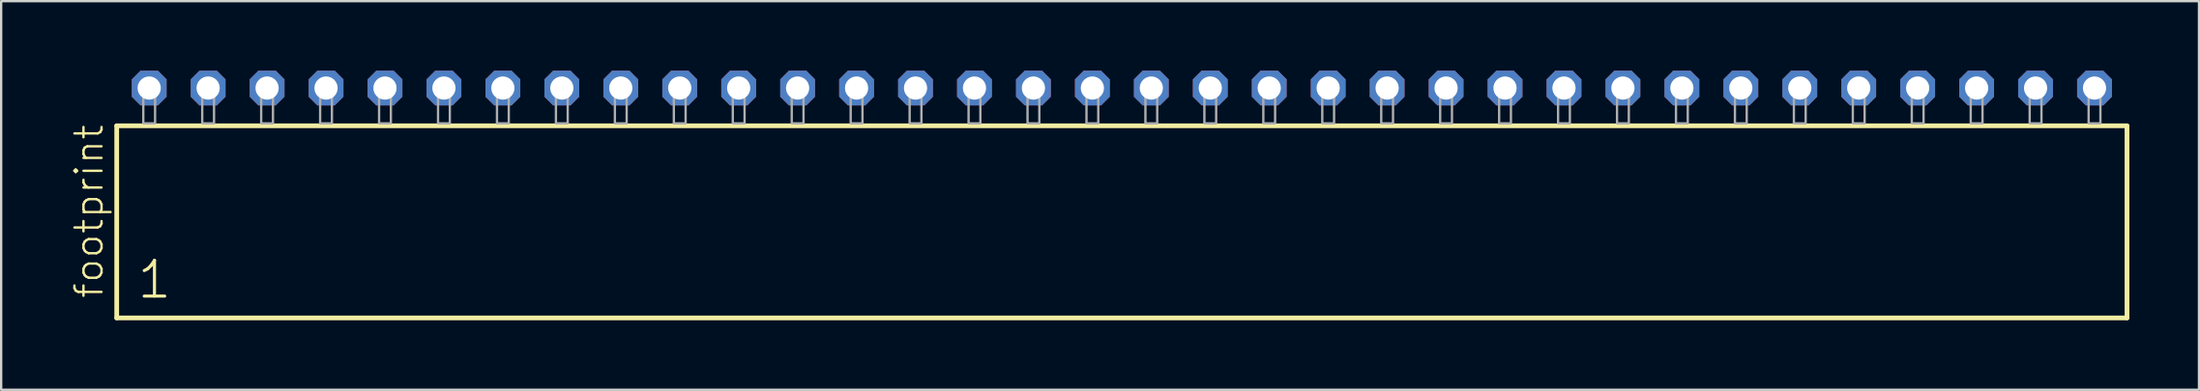
<source format=kicad_pcb>
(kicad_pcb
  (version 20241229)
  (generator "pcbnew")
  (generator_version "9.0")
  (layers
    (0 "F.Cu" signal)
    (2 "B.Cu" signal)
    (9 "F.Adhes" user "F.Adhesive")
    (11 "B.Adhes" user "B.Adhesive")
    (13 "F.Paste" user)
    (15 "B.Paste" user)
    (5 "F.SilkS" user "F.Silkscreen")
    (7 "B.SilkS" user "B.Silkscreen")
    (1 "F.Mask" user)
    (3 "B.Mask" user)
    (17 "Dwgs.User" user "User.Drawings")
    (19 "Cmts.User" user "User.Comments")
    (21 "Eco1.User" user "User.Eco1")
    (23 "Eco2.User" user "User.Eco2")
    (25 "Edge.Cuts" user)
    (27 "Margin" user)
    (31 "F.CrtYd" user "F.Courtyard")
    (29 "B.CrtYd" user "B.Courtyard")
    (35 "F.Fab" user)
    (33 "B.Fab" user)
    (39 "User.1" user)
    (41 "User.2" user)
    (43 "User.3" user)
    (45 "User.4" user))
  (footprint "footprint"
    (layer "F.Cu")
    (at 45.288 2.274)
    (property "Reference" "footprint" (at -43.815 7.62 90) (layer "F.SilkS") (effects (font (size 1.168 1.168) (thickness 0.102)) (justify left bottom)))
    (fp_line (start -43.309 0.106) (end -43.309 8.396) (stroke (width 0.203) (type solid)) (layer "F.SilkS"))
    (fp_line (start -43.309 8.396) (end 43.309 8.396) (stroke (width 0.203) (type solid)) (layer "F.SilkS"))
    (fp_line (start 43.309 0.106) (end -43.309 0.106) (stroke (width 0.203) (type solid)) (layer "F.SilkS"))
    (fp_line (start 43.309 8.396) (end 43.309 0.106) (stroke (width 0.203) (type solid)) (layer "F.SilkS"))
    (fp_poly (pts (xy -42.164 0) (xy -41.656 0) (xy -41.656 -1.778) (xy -42.164 -1.778)) (stroke (width 0.1) (type solid)) (fill no) (layer "F.Fab"))
    (fp_poly (pts (xy -39.624 0) (xy -39.116 0) (xy -39.116 -1.778) (xy -39.624 -1.778)) (stroke (width 0.1) (type solid)) (fill no) (layer "F.Fab"))
    (fp_poly (pts (xy -37.084 0) (xy -36.576 0) (xy -36.576 -1.778) (xy -37.084 -1.778)) (stroke (width 0.1) (type solid)) (fill no) (layer "F.Fab"))
    (fp_poly (pts (xy -34.544 0) (xy -34.036 0) (xy -34.036 -1.778) (xy -34.544 -1.778)) (stroke (width 0.1) (type solid)) (fill no) (layer "F.Fab"))
    (fp_poly (pts (xy -32.004 0) (xy -31.496 0) (xy -31.496 -1.778) (xy -32.004 -1.778)) (stroke (width 0.1) (type solid)) (fill no) (layer "F.Fab"))
    (fp_poly (pts (xy -29.464 0) (xy -28.956 0) (xy -28.956 -1.778) (xy -29.464 -1.778)) (stroke (width 0.1) (type solid)) (fill no) (layer "F.Fab"))
    (fp_poly (pts (xy -26.924 0) (xy -26.416 0) (xy -26.416 -1.778) (xy -26.924 -1.778)) (stroke (width 0.1) (type solid)) (fill no) (layer "F.Fab"))
    (fp_poly (pts (xy -24.384 0) (xy -23.876 0) (xy -23.876 -1.778) (xy -24.384 -1.778)) (stroke (width 0.1) (type solid)) (fill no) (layer "F.Fab"))
    (fp_poly (pts (xy -21.844 0) (xy -21.336 0) (xy -21.336 -1.778) (xy -21.844 -1.778)) (stroke (width 0.1) (type solid)) (fill no) (layer "F.Fab"))
    (fp_poly (pts (xy -19.304 0) (xy -18.796 0) (xy -18.796 -1.778) (xy -19.304 -1.778)) (stroke (width 0.1) (type solid)) (fill no) (layer "F.Fab"))
    (fp_poly (pts (xy -16.764 0) (xy -16.256 0) (xy -16.256 -1.778) (xy -16.764 -1.778)) (stroke (width 0.1) (type solid)) (fill no) (layer "F.Fab"))
    (fp_poly (pts (xy -14.224 0) (xy -13.716 0) (xy -13.716 -1.778) (xy -14.224 -1.778)) (stroke (width 0.1) (type solid)) (fill no) (layer "F.Fab"))
    (fp_poly (pts (xy -11.684 0) (xy -11.176 0) (xy -11.176 -1.778) (xy -11.684 -1.778)) (stroke (width 0.1) (type solid)) (fill no) (layer "F.Fab"))
    (fp_poly (pts (xy -9.144 0) (xy -8.636 0) (xy -8.636 -1.778) (xy -9.144 -1.778)) (stroke (width 0.1) (type solid)) (fill no) (layer "F.Fab"))
    (fp_poly (pts (xy -6.604 0) (xy -6.096 0) (xy -6.096 -1.778) (xy -6.604 -1.778)) (stroke (width 0.1) (type solid)) (fill no) (layer "F.Fab"))
    (fp_poly (pts (xy -4.064 0) (xy -3.556 0) (xy -3.556 -1.778) (xy -4.064 -1.778)) (stroke (width 0.1) (type solid)) (fill no) (layer "F.Fab"))
    (fp_poly (pts (xy -1.524 0) (xy -1.016 0) (xy -1.016 -1.778) (xy -1.524 -1.778)) (stroke (width 0.1) (type solid)) (fill no) (layer "F.Fab"))
    (fp_poly (pts (xy 1.016 0) (xy 1.524 0) (xy 1.524 -1.778) (xy 1.016 -1.778)) (stroke (width 0.1) (type solid)) (fill no) (layer "F.Fab"))
    (fp_poly (pts (xy 3.556 0) (xy 4.064 0) (xy 4.064 -1.778) (xy 3.556 -1.778)) (stroke (width 0.1) (type solid)) (fill no) (layer "F.Fab"))
    (fp_poly (pts (xy 6.096 0) (xy 6.604 0) (xy 6.604 -1.778) (xy 6.096 -1.778)) (stroke (width 0.1) (type solid)) (fill no) (layer "F.Fab"))
    (fp_poly (pts (xy 8.636 0) (xy 9.144 0) (xy 9.144 -1.778) (xy 8.636 -1.778)) (stroke (width 0.1) (type solid)) (fill no) (layer "F.Fab"))
    (fp_poly (pts (xy 11.176 0) (xy 11.684 0) (xy 11.684 -1.778) (xy 11.176 -1.778)) (stroke (width 0.1) (type solid)) (fill no) (layer "F.Fab"))
    (fp_poly (pts (xy 13.716 0) (xy 14.224 0) (xy 14.224 -1.778) (xy 13.716 -1.778)) (stroke (width 0.1) (type solid)) (fill no) (layer "F.Fab"))
    (fp_poly (pts (xy 16.256 0) (xy 16.764 0) (xy 16.764 -1.778) (xy 16.256 -1.778)) (stroke (width 0.1) (type solid)) (fill no) (layer "F.Fab"))
    (fp_poly (pts (xy 18.796 0) (xy 19.304 0) (xy 19.304 -1.778) (xy 18.796 -1.778)) (stroke (width 0.1) (type solid)) (fill no) (layer "F.Fab"))
    (fp_poly (pts (xy 21.336 0) (xy 21.844 0) (xy 21.844 -1.778) (xy 21.336 -1.778)) (stroke (width 0.1) (type solid)) (fill no) (layer "F.Fab"))
    (fp_poly (pts (xy 23.876 0) (xy 24.384 0) (xy 24.384 -1.778) (xy 23.876 -1.778)) (stroke (width 0.1) (type solid)) (fill no) (layer "F.Fab"))
    (fp_poly (pts (xy 26.416 0) (xy 26.924 0) (xy 26.924 -1.778) (xy 26.416 -1.778)) (stroke (width 0.1) (type solid)) (fill no) (layer "F.Fab"))
    (fp_poly (pts (xy 28.956 0) (xy 29.464 0) (xy 29.464 -1.778) (xy 28.956 -1.778)) (stroke (width 0.1) (type solid)) (fill no) (layer "F.Fab"))
    (fp_poly (pts (xy 31.496 0) (xy 32.004 0) (xy 32.004 -1.778) (xy 31.496 -1.778)) (stroke (width 0.1) (type solid)) (fill no) (layer "F.Fab"))
    (fp_poly (pts (xy 34.036 0) (xy 34.544 0) (xy 34.544 -1.778) (xy 34.036 -1.778)) (stroke (width 0.1) (type solid)) (fill no) (layer "F.Fab"))
    (fp_poly (pts (xy 36.576 0) (xy 37.084 0) (xy 37.084 -1.778) (xy 36.576 -1.778)) (stroke (width 0.1) (type solid)) (fill no) (layer "F.Fab"))
    (fp_poly (pts (xy 39.116 0) (xy 39.624 0) (xy 39.624 -1.778) (xy 39.116 -1.778)) (stroke (width 0.1) (type solid)) (fill no) (layer "F.Fab"))
    (fp_poly (pts (xy 41.656 0) (xy 42.164 0) (xy 42.164 -1.778) (xy 41.656 -1.778)) (stroke (width 0.1) (type solid)) (fill no) (layer "F.Fab"))
    (fp_text user "1" (at -42.505 7.65 0) (layer "F.SilkS") (effects (font (size 1.542 1.542) (thickness 0.134)) (justify left bottom)))
    (pad "1" thru_hole roundrect (at -41.91 -1.524) (size 1.5 1.5) (drill 1) (layers "*.Cu" "*.Mask") (roundrect_rratio 0.25) (chamfer_ratio 0.25) (chamfer top_left top_right bottom_left bottom_right))
    (pad "2" thru_hole roundrect (at -39.37 -1.524) (size 1.5 1.5) (drill 1) (layers "*.Cu" "*.Mask") (roundrect_rratio 0.25) (chamfer_ratio 0.25) (chamfer top_left top_right bottom_left bottom_right))
    (pad "3" thru_hole roundrect (at -36.83 -1.524) (size 1.5 1.5) (drill 1) (layers "*.Cu" "*.Mask") (roundrect_rratio 0.25) (chamfer_ratio 0.25) (chamfer top_left top_right bottom_left bottom_right))
    (pad "4" thru_hole roundrect (at -34.29 -1.524) (size 1.5 1.5) (drill 1) (layers "*.Cu" "*.Mask") (roundrect_rratio 0.25) (chamfer_ratio 0.25) (chamfer top_left top_right bottom_left bottom_right))
    (pad "5" thru_hole roundrect (at -31.75 -1.524) (size 1.5 1.5) (drill 1) (layers "*.Cu" "*.Mask") (roundrect_rratio 0.25) (chamfer_ratio 0.25) (chamfer top_left top_right bottom_left bottom_right))
    (pad "6" thru_hole roundrect (at -29.21 -1.524) (size 1.5 1.5) (drill 1) (layers "*.Cu" "*.Mask") (roundrect_rratio 0.25) (chamfer_ratio 0.25) (chamfer top_left top_right bottom_left bottom_right))
    (pad "7" thru_hole roundrect (at -26.67 -1.524) (size 1.5 1.5) (drill 1) (layers "*.Cu" "*.Mask") (roundrect_rratio 0.25) (chamfer_ratio 0.25) (chamfer top_left top_right bottom_left bottom_right))
    (pad "8" thru_hole roundrect (at -24.13 -1.524) (size 1.5 1.5) (drill 1) (layers "*.Cu" "*.Mask") (roundrect_rratio 0.25) (chamfer_ratio 0.25) (chamfer top_left top_right bottom_left bottom_right))
    (pad "9" thru_hole roundrect (at -21.59 -1.524) (size 1.5 1.5) (drill 1) (layers "*.Cu" "*.Mask") (roundrect_rratio 0.25) (chamfer_ratio 0.25) (chamfer top_left top_right bottom_left bottom_right))
    (pad "10" thru_hole roundrect (at -19.05 -1.524) (size 1.5 1.5) (drill 1) (layers "*.Cu" "*.Mask") (roundrect_rratio 0.25) (chamfer_ratio 0.25) (chamfer top_left top_right bottom_left bottom_right))
    (pad "11" thru_hole roundrect (at -16.51 -1.524) (size 1.5 1.5) (drill 1) (layers "*.Cu" "*.Mask") (roundrect_rratio 0.25) (chamfer_ratio 0.25) (chamfer top_left top_right bottom_left bottom_right))
    (pad "12" thru_hole roundrect (at -13.97 -1.524) (size 1.5 1.5) (drill 1) (layers "*.Cu" "*.Mask") (roundrect_rratio 0.25) (chamfer_ratio 0.25) (chamfer top_left top_right bottom_left bottom_right))
    (pad "13" thru_hole roundrect (at -11.43 -1.524) (size 1.5 1.5) (drill 1) (layers "*.Cu" "*.Mask") (roundrect_rratio 0.25) (chamfer_ratio 0.25) (chamfer top_left top_right bottom_left bottom_right))
    (pad "14" thru_hole roundrect (at -8.89 -1.524) (size 1.5 1.5) (drill 1) (layers "*.Cu" "*.Mask") (roundrect_rratio 0.25) (chamfer_ratio 0.25) (chamfer top_left top_right bottom_left bottom_right))
    (pad "15" thru_hole roundrect (at -6.35 -1.524) (size 1.5 1.5) (drill 1) (layers "*.Cu" "*.Mask") (roundrect_rratio 0.25) (chamfer_ratio 0.25) (chamfer top_left top_right bottom_left bottom_right))
    (pad "16" thru_hole roundrect (at -3.81 -1.524) (size 1.5 1.5) (drill 1) (layers "*.Cu" "*.Mask") (roundrect_rratio 0.25) (chamfer_ratio 0.25) (chamfer top_left top_right bottom_left bottom_right))
    (pad "17" thru_hole roundrect (at -1.27 -1.524) (size 1.5 1.5) (drill 1) (layers "*.Cu" "*.Mask") (roundrect_rratio 0.25) (chamfer_ratio 0.25) (chamfer top_left top_right bottom_left bottom_right))
    (pad "18" thru_hole roundrect (at 1.27 -1.524) (size 1.5 1.5) (drill 1) (layers "*.Cu" "*.Mask") (roundrect_rratio 0.25) (chamfer_ratio 0.25) (chamfer top_left top_right bottom_left bottom_right))
    (pad "19" thru_hole roundrect (at 3.81 -1.524) (size 1.5 1.5) (drill 1) (layers "*.Cu" "*.Mask") (roundrect_rratio 0.25) (chamfer_ratio 0.25) (chamfer top_left top_right bottom_left bottom_right))
    (pad "20" thru_hole roundrect (at 6.35 -1.524) (size 1.5 1.5) (drill 1) (layers "*.Cu" "*.Mask") (roundrect_rratio 0.25) (chamfer_ratio 0.25) (chamfer top_left top_right bottom_left bottom_right))
    (pad "21" thru_hole roundrect (at 8.89 -1.524) (size 1.5 1.5) (drill 1) (layers "*.Cu" "*.Mask") (roundrect_rratio 0.25) (chamfer_ratio 0.25) (chamfer top_left top_right bottom_left bottom_right))
    (pad "22" thru_hole roundrect (at 11.43 -1.524) (size 1.5 1.5) (drill 1) (layers "*.Cu" "*.Mask") (roundrect_rratio 0.25) (chamfer_ratio 0.25) (chamfer top_left top_right bottom_left bottom_right))
    (pad "23" thru_hole roundrect (at 13.97 -1.524) (size 1.5 1.5) (drill 1) (layers "*.Cu" "*.Mask") (roundrect_rratio 0.25) (chamfer_ratio 0.25) (chamfer top_left top_right bottom_left bottom_right))
    (pad "24" thru_hole roundrect (at 16.51 -1.524) (size 1.5 1.5) (drill 1) (layers "*.Cu" "*.Mask") (roundrect_rratio 0.25) (chamfer_ratio 0.25) (chamfer top_left top_right bottom_left bottom_right))
    (pad "25" thru_hole roundrect (at 19.05 -1.524) (size 1.5 1.5) (drill 1) (layers "*.Cu" "*.Mask") (roundrect_rratio 0.25) (chamfer_ratio 0.25) (chamfer top_left top_right bottom_left bottom_right))
    (pad "26" thru_hole roundrect (at 21.59 -1.524) (size 1.5 1.5) (drill 1) (layers "*.Cu" "*.Mask") (roundrect_rratio 0.25) (chamfer_ratio 0.25) (chamfer top_left top_right bottom_left bottom_right))
    (pad "27" thru_hole roundrect (at 24.13 -1.524) (size 1.5 1.5) (drill 1) (layers "*.Cu" "*.Mask") (roundrect_rratio 0.25) (chamfer_ratio 0.25) (chamfer top_left top_right bottom_left bottom_right))
    (pad "28" thru_hole roundrect (at 26.67 -1.524) (size 1.5 1.5) (drill 1) (layers "*.Cu" "*.Mask") (roundrect_rratio 0.25) (chamfer_ratio 0.25) (chamfer top_left top_right bottom_left bottom_right))
    (pad "29" thru_hole roundrect (at 29.21 -1.524) (size 1.5 1.5) (drill 1) (layers "*.Cu" "*.Mask") (roundrect_rratio 0.25) (chamfer_ratio 0.25) (chamfer top_left top_right bottom_left bottom_right))
    (pad "30" thru_hole roundrect (at 31.75 -1.524) (size 1.5 1.5) (drill 1) (layers "*.Cu" "*.Mask") (roundrect_rratio 0.25) (chamfer_ratio 0.25) (chamfer top_left top_right bottom_left bottom_right))
    (pad "31" thru_hole roundrect (at 34.29 -1.524) (size 1.5 1.5) (drill 1) (layers "*.Cu" "*.Mask") (roundrect_rratio 0.25) (chamfer_ratio 0.25) (chamfer top_left top_right bottom_left bottom_right))
    (pad "32" thru_hole roundrect (at 36.83 -1.524) (size 1.5 1.5) (drill 1) (layers "*.Cu" "*.Mask") (roundrect_rratio 0.25) (chamfer_ratio 0.25) (chamfer top_left top_right bottom_left bottom_right))
    (pad "33" thru_hole roundrect (at 39.37 -1.524) (size 1.5 1.5) (drill 1) (layers "*.Cu" "*.Mask") (roundrect_rratio 0.25) (chamfer_ratio 0.25) (chamfer top_left top_right bottom_left bottom_right))
    (pad "34" thru_hole roundrect (at 41.91 -1.524) (size 1.5 1.5) (drill 1) (layers "*.Cu" "*.Mask") (roundrect_rratio 0.25) (chamfer_ratio 0.25) (chamfer top_left top_right bottom_left bottom_right)))
  (gr_rect
    (start -3 -3)
    (end 91.699 13.772)
    (stroke (width 0.1) (type default))
    (fill no)
    (layer "Edge.Cuts")))
</source>
